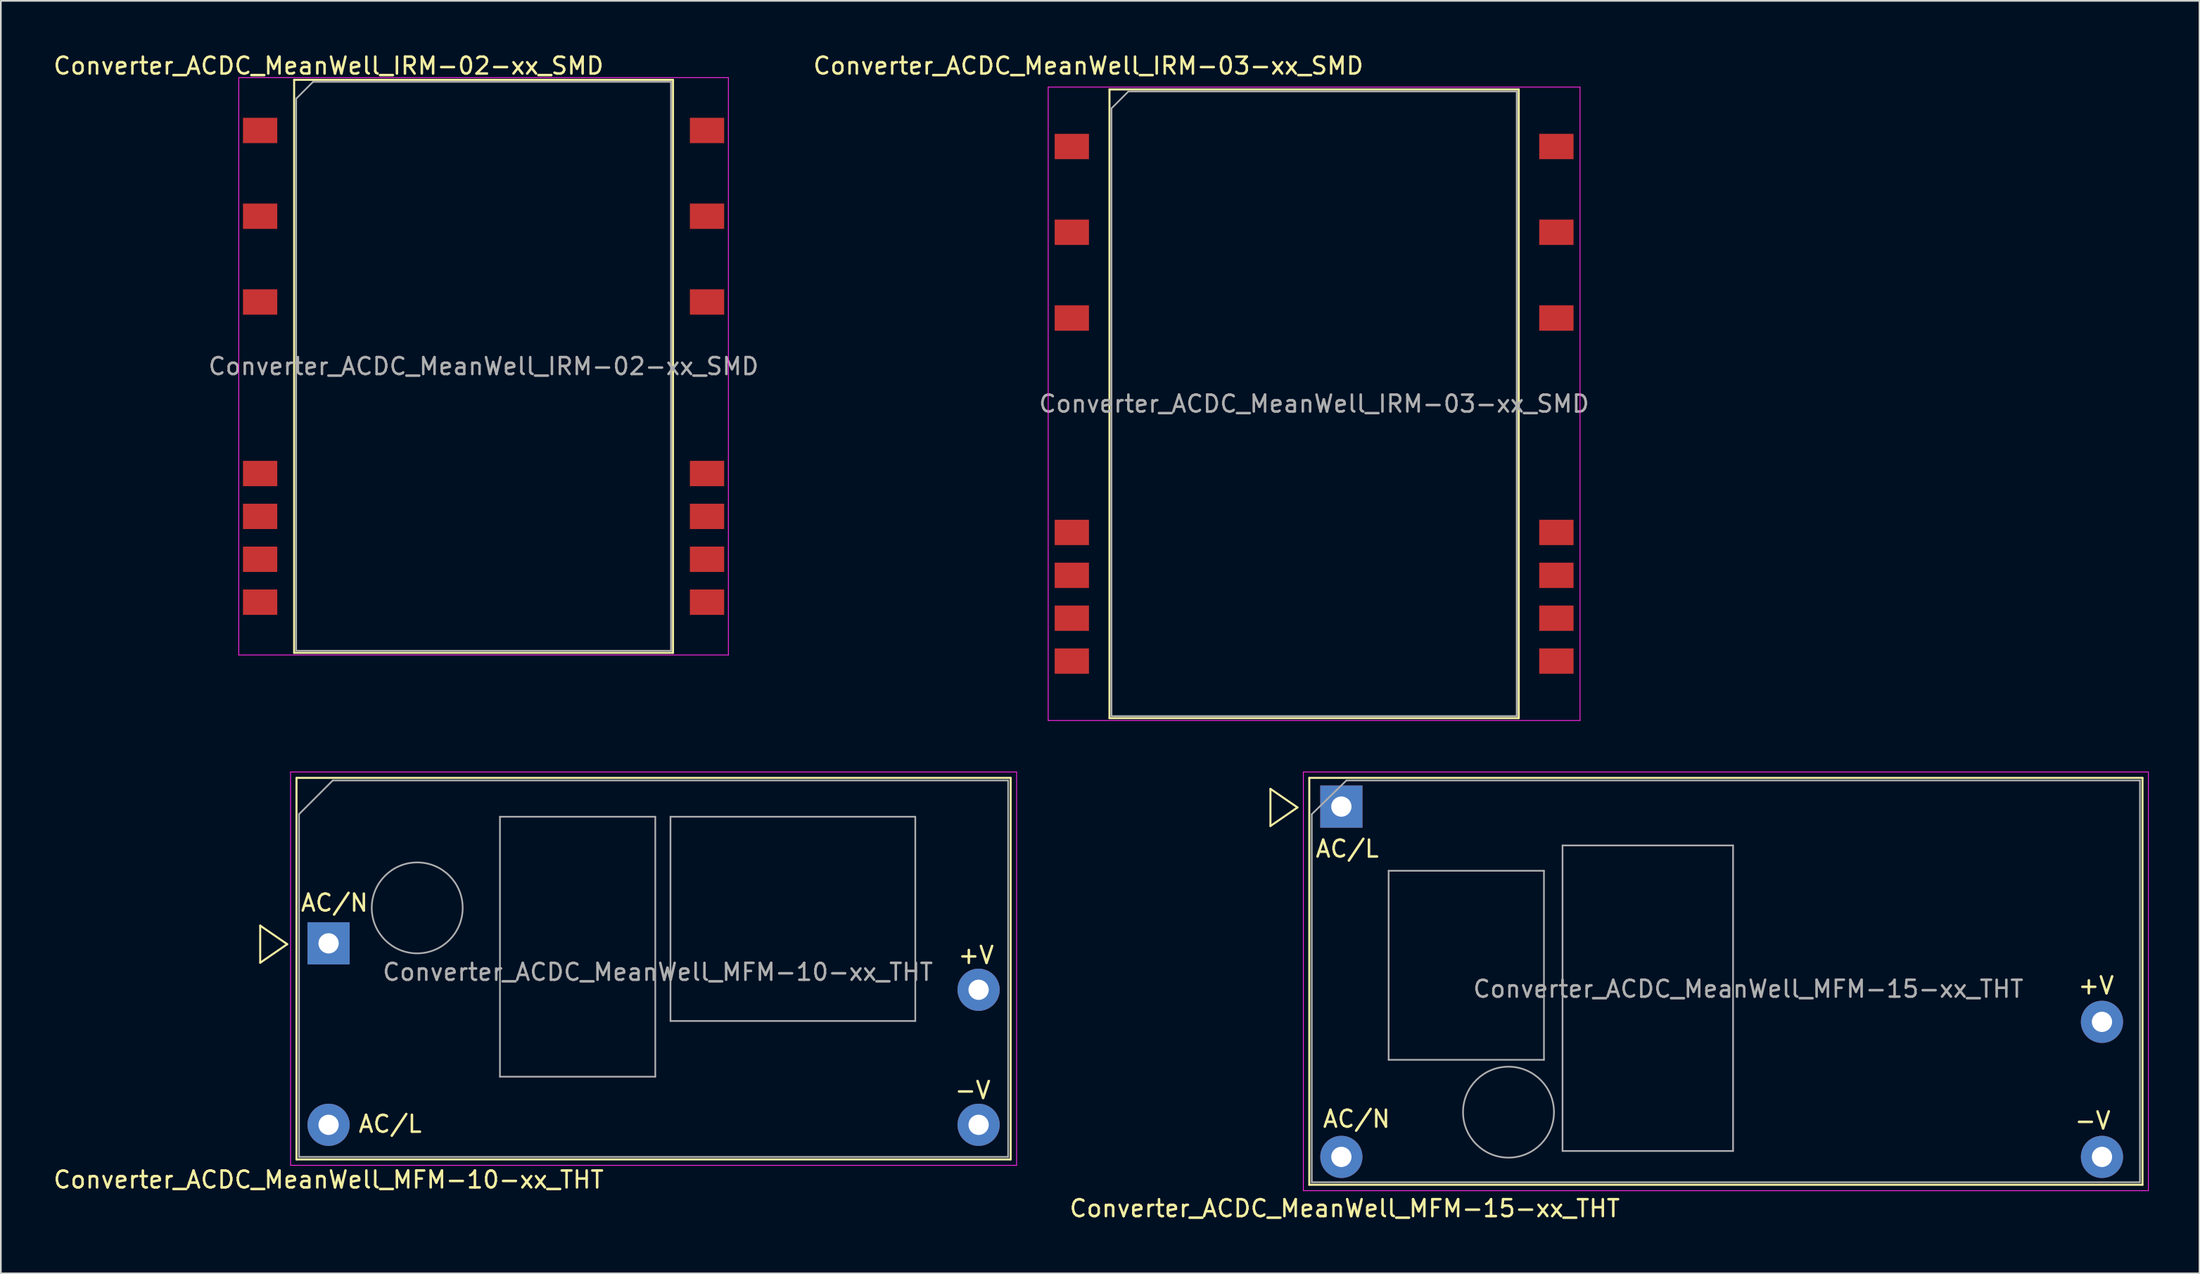
<source format=kicad_pcb>
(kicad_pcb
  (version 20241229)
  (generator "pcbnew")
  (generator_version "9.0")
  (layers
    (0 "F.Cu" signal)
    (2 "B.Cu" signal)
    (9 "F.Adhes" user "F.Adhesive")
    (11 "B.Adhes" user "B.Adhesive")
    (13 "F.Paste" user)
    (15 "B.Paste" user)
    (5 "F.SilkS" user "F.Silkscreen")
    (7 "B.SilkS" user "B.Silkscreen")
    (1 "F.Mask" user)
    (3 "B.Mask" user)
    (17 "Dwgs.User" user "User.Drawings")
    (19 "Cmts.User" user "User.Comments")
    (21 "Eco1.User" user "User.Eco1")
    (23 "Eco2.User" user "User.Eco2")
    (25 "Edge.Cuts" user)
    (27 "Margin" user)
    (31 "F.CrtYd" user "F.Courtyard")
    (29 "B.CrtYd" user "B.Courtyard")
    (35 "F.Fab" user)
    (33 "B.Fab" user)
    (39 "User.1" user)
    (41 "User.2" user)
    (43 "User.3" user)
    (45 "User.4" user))
  (footprint "Converter_ACDC_MeanWell_MFM-10-xx_THT"
    (layer "F.Cu")
    (at 16.411 52.828)
    (property "Reference" "Converter_ACDC_MeanWell_MFM-10-xx_THT" (at 0 14 0) (layer "F.SilkS") (effects (font (size 1 1) (thickness 0.15))))
    (attr through_hole)
    (fp_line (start -4.05 1.15) (end -4.05 -1.05) (stroke (width 0.12) (type default)) (layer "F.SilkS"))
    (fp_line (start -2.45 0.05) (end -4.05 -1.05) (stroke (width 0.12) (type default)) (layer "F.SilkS"))
    (fp_line (start -2.45 0.05) (end -4.05 1.15) (stroke (width 0.12) (type default)) (layer "F.SilkS"))
    (fp_line (start -1.9 -9.8) (end -1.9 12.8) (stroke (width 0.12) (type solid)) (layer "F.SilkS"))
    (fp_line (start -1.9 12.8) (end 40.4 12.8) (stroke (width 0.12) (type solid)) (layer "F.SilkS"))
    (fp_line (start 40.4 -9.8) (end -1.9 -9.8) (stroke (width 0.12) (type solid)) (layer "F.SilkS"))
    (fp_line (start 40.4 12.8) (end 40.4 -9.8) (stroke (width 0.12) (type solid)) (layer "F.SilkS"))
    (fp_line (start -2.25 -10.15) (end -2.25 13.15) (stroke (width 0.05) (type solid)) (layer "F.CrtYd"))
    (fp_line (start -2.25 13.15) (end 40.75 13.15) (stroke (width 0.05) (type solid)) (layer "F.CrtYd"))
    (fp_line (start 40.75 -10.15) (end -2.25 -10.15) (stroke (width 0.05) (type solid)) (layer "F.CrtYd"))
    (fp_line (start 40.75 13.15) (end 40.75 -10.15) (stroke (width 0.05) (type solid)) (layer "F.CrtYd"))
    (fp_line (start -1.75 -7.65) (end -1.75 12.65) (stroke (width 0.1) (type solid)) (layer "F.Fab"))
    (fp_line (start -1.75 12.65) (end 40.25 12.65) (stroke (width 0.1) (type solid)) (layer "F.Fab"))
    (fp_line (start 0.25 -9.65) (end -1.75 -7.65) (stroke (width 0.1) (type default)) (layer "F.Fab"))
    (fp_line (start 10.15 -7.5) (end 19.35 -7.5) (stroke (width 0.1) (type solid)) (layer "F.Fab"))
    (fp_line (start 10.15 7.9) (end 10.15 -7.5) (stroke (width 0.1) (type solid)) (layer "F.Fab"))
    (fp_line (start 19.35 -7.5) (end 19.35 7.9) (stroke (width 0.1) (type solid)) (layer "F.Fab"))
    (fp_line (start 19.35 7.9) (end 10.15 7.9) (stroke (width 0.1) (type solid)) (layer "F.Fab"))
    (fp_line (start 20.25 -7.5) (end 34.75 -7.5) (stroke (width 0.1) (type solid)) (layer "F.Fab"))
    (fp_line (start 20.25 4.6) (end 20.25 -7.5) (stroke (width 0.1) (type solid)) (layer "F.Fab"))
    (fp_line (start 34.75 -7.5) (end 34.75 4.6) (stroke (width 0.1) (type solid)) (layer "F.Fab"))
    (fp_line (start 34.75 4.6) (end 20.25 4.6) (stroke (width 0.1) (type solid)) (layer "F.Fab"))
    (fp_line (start 40.25 -9.65) (end 0.25 -9.65) (stroke (width 0.1) (type solid)) (layer "F.Fab"))
    (fp_line (start 40.25 12.65) (end 40.25 -9.65) (stroke (width 0.1) (type solid)) (layer "F.Fab"))
    (fp_circle (center 5.25 -2.1) (end 7.943 -2.1) (stroke (width 0.1) (type solid)) (fill no) (layer "F.Fab"))
    (fp_text user "AC/L" (at 3.65 10.7 0) (layer "F.SilkS") (effects (font (size 1 1) (thickness 0.15))))
    (fp_text user "+V" (at 38.35 0.7 0) (layer "F.SilkS") (effects (font (size 1 1) (thickness 0.15))))
    (fp_text user "AC/N" (at 0.35 -2.4 0) (layer "F.SilkS") (effects (font (size 1 1) (thickness 0.15))))
    (fp_text user "-V" (at 38.15 8.7 0) (layer "F.SilkS") (effects (font (size 1 1) (thickness 0.15))))
    (fp_text user "${REFERENCE}" (at 19.5 1.7 180) (layer "F.Fab") (effects (font (size 1 1) (thickness 0.15))))
    (pad "1" thru_hole rect (at 0 0) (size 2.5 2.5) (drill 1.2) (layers "*.Cu" "*.Mask"))
    (pad "2" thru_hole circle (at 0 10.75) (size 2.5 2.5) (drill 1.2) (layers "*.Cu" "*.Mask"))
    (pad "3" thru_hole circle (at 38.5 10.75) (size 2.5 2.5) (drill 1.2) (layers "*.Cu" "*.Mask"))
    (pad "4" thru_hole circle (at 38.5 2.75) (size 2.5 2.5) (drill 1.2) (layers "*.Cu" "*.Mask")))
  (footprint "Converter_ACDC_MeanWell_IRM-02-xx_SMD"
    (layer "F.Cu")
    (at 25.591 18.648)
    (property "Reference" "Converter_ACDC_MeanWell_IRM-02-xx_SMD" (at -9.18 -17.8 0) (layer "F.SilkS") (effects (font (size 1 1) (thickness 0.15))))
    (attr smd)
    (fp_line (start -11.22 -16.97) (end 11.22 -16.97) (stroke (width 0.12) (type solid)) (layer "F.SilkS"))
    (fp_line (start -11.22 16.97) (end -11.22 -16.97) (stroke (width 0.12) (type solid)) (layer "F.SilkS"))
    (fp_line (start 11.22 -16.97) (end 11.22 16.97) (stroke (width 0.12) (type solid)) (layer "F.SilkS"))
    (fp_line (start 11.22 16.97) (end -11.22 16.97) (stroke (width 0.12) (type solid)) (layer "F.SilkS"))
    (fp_line (start -14.5 -17.1) (end -14.5 17.1) (stroke (width 0.05) (type solid)) (layer "F.CrtYd"))
    (fp_line (start -14.5 17.1) (end 14.5 17.1) (stroke (width 0.05) (type solid)) (layer "F.CrtYd"))
    (fp_line (start 14.5 -17.1) (end -14.5 -17.1) (stroke (width 0.05) (type solid)) (layer "F.CrtYd"))
    (fp_line (start 14.5 -17.1) (end 14.5 17.1) (stroke (width 0.05) (type solid)) (layer "F.CrtYd"))
    (fp_line (start -11.1 -15.85) (end -11.1 16.85) (stroke (width 0.1) (type solid)) (layer "F.Fab"))
    (fp_line (start -11.1 -15.85) (end -10.1 -16.85) (stroke (width 0.1) (type solid)) (layer "F.Fab"))
    (fp_line (start -11.1 16.85) (end 11.1 16.85) (stroke (width 0.1) (type solid)) (layer "F.Fab"))
    (fp_line (start 11.1 -16.85) (end -10.1 -16.85) (stroke (width 0.1) (type solid)) (layer "F.Fab"))
    (fp_line (start 11.1 16.85) (end 11.1 -16.85) (stroke (width 0.1) (type solid)) (layer "F.Fab"))
    (fp_text user "${REFERENCE}" (at 0 0 0) (layer "F.Fab") (effects (font (size 1 1) (thickness 0.15))))
    (pad "1" smd rect (at -13.235 -13.97 270) (size 1.5 2.03) (layers "F.Cu" "F.Mask" "F.Paste"))
    (pad "3" smd rect (at -13.235 -8.89 270) (size 1.5 2.03) (layers "F.Cu" "F.Mask" "F.Paste"))
    (pad "5" smd rect (at -13.235 -3.81 270) (size 1.5 2.03) (layers "F.Cu" "F.Mask" "F.Paste"))
    (pad "9" smd rect (at -13.235 6.35 270) (size 1.5 2.03) (layers "F.Cu" "F.Mask" "F.Paste"))
    (pad "10" smd rect (at -13.235 8.89 270) (size 1.5 2.03) (layers "F.Cu" "F.Mask" "F.Paste"))
    (pad "11" smd rect (at -13.235 11.43 270) (size 1.5 2.03) (layers "F.Cu" "F.Mask" "F.Paste"))
    (pad "12" smd rect (at -13.235 13.97 270) (size 1.5 2.03) (layers "F.Cu" "F.Mask" "F.Paste"))
    (pad "13" smd rect (at 13.235 13.97 270) (size 1.5 2.03) (layers "F.Cu" "F.Mask" "F.Paste"))
    (pad "14" smd rect (at 13.235 11.43 270) (size 1.5 2.03) (layers "F.Cu" "F.Mask" "F.Paste"))
    (pad "15" smd rect (at 13.235 8.89 270) (size 1.5 2.03) (layers "F.Cu" "F.Mask" "F.Paste"))
    (pad "16" smd rect (at 13.235 6.35 270) (size 1.5 2.03) (layers "F.Cu" "F.Mask" "F.Paste"))
    (pad "20" smd rect (at 13.235 -3.81 270) (size 1.5 2.03) (layers "F.Cu" "F.Mask" "F.Paste"))
    (pad "22" smd rect (at 13.235 -8.89 270) (size 1.5 2.03) (layers "F.Cu" "F.Mask" "F.Paste"))
    (pad "24" smd rect (at 13.235 -13.97 270) (size 1.5 2.03) (layers "F.Cu" "F.Mask" "F.Paste")))
  (footprint "Converter_ACDC_MeanWell_IRM-03-xx_SMD"
    (layer "F.Cu")
    (at 74.782 20.868)
    (property "Reference" "Converter_ACDC_MeanWell_IRM-03-xx_SMD" (at -13.37 -20.02 0) (layer "F.SilkS") (effects (font (size 1 1) (thickness 0.15))))
    (attr smd)
    (fp_line (start -12.12 -18.62) (end 12.12 -18.62) (stroke (width 0.12) (type solid)) (layer "F.SilkS"))
    (fp_line (start -12.12 18.62) (end -12.12 -18.62) (stroke (width 0.12) (type solid)) (layer "F.SilkS"))
    (fp_line (start 12.12 -18.62) (end 12.12 18.62) (stroke (width 0.12) (type solid)) (layer "F.SilkS"))
    (fp_line (start 12.12 18.62) (end -12.12 18.62) (stroke (width 0.12) (type solid)) (layer "F.SilkS"))
    (fp_line (start -15.75 -18.76) (end -15.75 18.76) (stroke (width 0.05) (type solid)) (layer "F.CrtYd"))
    (fp_line (start -15.75 18.76) (end 15.75 18.76) (stroke (width 0.05) (type solid)) (layer "F.CrtYd"))
    (fp_line (start 15.75 -18.76) (end -15.75 -18.76) (stroke (width 0.05) (type solid)) (layer "F.CrtYd"))
    (fp_line (start 15.75 18.76) (end 15.75 -18.76) (stroke (width 0.05) (type solid)) (layer "F.CrtYd"))
    (fp_line (start -12 -17.5) (end -12 18.5) (stroke (width 0.1) (type solid)) (layer "F.Fab"))
    (fp_line (start -12 -17.5) (end -11 -18.5) (stroke (width 0.1) (type solid)) (layer "F.Fab"))
    (fp_line (start -12 18.5) (end 12 18.5) (stroke (width 0.1) (type solid)) (layer "F.Fab"))
    (fp_line (start 12 -18.5) (end -11 -18.5) (stroke (width 0.1) (type solid)) (layer "F.Fab"))
    (fp_line (start 12 18.5) (end 12 -18.5) (stroke (width 0.1) (type solid)) (layer "F.Fab"))
    (fp_text user "${REFERENCE}" (at 0 0 0) (layer "F.Fab") (effects (font (size 1 1) (thickness 0.15))))
    (pad "1" smd rect (at -14.35 -15.24 270) (size 1.5 2.03) (layers "F.Cu" "F.Mask" "F.Paste"))
    (pad "3" smd rect (at -14.35 -10.16 270) (size 1.5 2.03) (layers "F.Cu" "F.Mask" "F.Paste"))
    (pad "5" smd rect (at -14.35 -5.08 270) (size 1.5 2.03) (layers "F.Cu" "F.Mask" "F.Paste"))
    (pad "10" smd rect (at -14.35 7.62 270) (size 1.5 2.03) (layers "F.Cu" "F.Mask" "F.Paste"))
    (pad "11" smd rect (at -14.35 10.16 270) (size 1.5 2.03) (layers "F.Cu" "F.Mask" "F.Paste"))
    (pad "12" smd rect (at -14.35 12.7 270) (size 1.5 2.03) (layers "F.Cu" "F.Mask" "F.Paste"))
    (pad "13" smd rect (at -14.35 15.24 270) (size 1.5 2.03) (layers "F.Cu" "F.Mask" "F.Paste"))
    (pad "14" smd rect (at 14.35 15.24 270) (size 1.5 2.03) (layers "F.Cu" "F.Mask" "F.Paste"))
    (pad "15" smd rect (at 14.35 12.7 270) (size 1.5 2.03) (layers "F.Cu" "F.Mask" "F.Paste"))
    (pad "16" smd rect (at 14.35 10.16 270) (size 1.5 2.03) (layers "F.Cu" "F.Mask" "F.Paste"))
    (pad "17" smd rect (at 14.35 7.62 270) (size 1.5 2.03) (layers "F.Cu" "F.Mask" "F.Paste"))
    (pad "22" smd rect (at 14.35 -5.08 270) (size 1.5 2.03) (layers "F.Cu" "F.Mask" "F.Paste"))
    (pad "24" smd rect (at 14.35 -10.16 270) (size 1.5 2.03) (layers "F.Cu" "F.Mask" "F.Paste"))
    (pad "26" smd rect (at 14.35 -15.24 270) (size 1.5 2.03) (layers "F.Cu" "F.Mask" "F.Paste")))
  (footprint "Converter_ACDC_MeanWell_MFM-15-xx_THT"
    (layer "F.Cu")
    (at 76.396 44.728)
    (property "Reference" "Converter_ACDC_MeanWell_MFM-15-xx_THT" (at 0.2 23.8 0) (layer "F.SilkS") (effects (font (size 1 1) (thickness 0.15))))
    (attr through_hole)
    (fp_line (start -4.2 1.15) (end -4.2 -1.05) (stroke (width 0.12) (type default)) (layer "F.SilkS"))
    (fp_line (start -2.6 0.05) (end -4.2 -1.05) (stroke (width 0.12) (type default)) (layer "F.SilkS"))
    (fp_line (start -2.6 0.05) (end -4.2 1.15) (stroke (width 0.12) (type default)) (layer "F.SilkS"))
    (fp_line (start -1.9 -1.7) (end -1.9 22.4) (stroke (width 0.12) (type solid)) (layer "F.SilkS"))
    (fp_line (start -1.9 22.4) (end 47.45 22.4) (stroke (width 0.12) (type solid)) (layer "F.SilkS"))
    (fp_line (start 47.45 -1.7) (end -1.9 -1.7) (stroke (width 0.12) (type solid)) (layer "F.SilkS"))
    (fp_line (start 47.45 22.4) (end 47.45 -1.7) (stroke (width 0.12) (type solid)) (layer "F.SilkS"))
    (fp_line (start -2.25 -2.05) (end -2.25 22.75) (stroke (width 0.05) (type solid)) (layer "F.CrtYd"))
    (fp_line (start -2.25 22.75) (end 47.8 22.75) (stroke (width 0.05) (type solid)) (layer "F.CrtYd"))
    (fp_line (start 47.8 -2.05) (end -2.25 -2.05) (stroke (width 0.05) (type solid)) (layer "F.CrtYd"))
    (fp_line (start 47.8 22.75) (end 47.8 -2.05) (stroke (width 0.05) (type solid)) (layer "F.CrtYd"))
    (fp_line (start -1.75 0.45) (end -1.75 22.25) (stroke (width 0.1) (type solid)) (layer "F.Fab"))
    (fp_line (start -1.75 22.25) (end 47.3 22.25) (stroke (width 0.1) (type solid)) (layer "F.Fab"))
    (fp_line (start 0.3 -1.55) (end -1.75 0.45) (stroke (width 0.1) (type default)) (layer "F.Fab"))
    (fp_line (start 2.8 3.8) (end 12 3.8) (stroke (width 0.1) (type solid)) (layer "F.Fab"))
    (fp_line (start 2.8 15) (end 2.8 3.8) (stroke (width 0.1) (type solid)) (layer "F.Fab"))
    (fp_line (start 12 3.8) (end 12 15) (stroke (width 0.1) (type solid)) (layer "F.Fab"))
    (fp_line (start 12 15) (end 2.8 15) (stroke (width 0.1) (type solid)) (layer "F.Fab"))
    (fp_line (start 13.1 2.3) (end 23.2 2.3) (stroke (width 0.1) (type solid)) (layer "F.Fab"))
    (fp_line (start 13.1 20.4) (end 13.1 2.3) (stroke (width 0.1) (type solid)) (layer "F.Fab"))
    (fp_line (start 23.2 2.3) (end 23.2 20.4) (stroke (width 0.1) (type solid)) (layer "F.Fab"))
    (fp_line (start 23.2 20.4) (end 13.1 20.4) (stroke (width 0.1) (type solid)) (layer "F.Fab"))
    (fp_line (start 47.3 -1.55) (end 0.3 -1.55) (stroke (width 0.1) (type solid)) (layer "F.Fab"))
    (fp_line (start 47.3 22.25) (end 47.3 -1.55) (stroke (width 0.1) (type solid)) (layer "F.Fab"))
    (fp_circle (center 9.9 18.1) (end 12.593 18.1) (stroke (width 0.1) (type solid)) (fill no) (layer "F.Fab"))
    (fp_text user "+V" (at 44.7 10.6 0) (layer "F.SilkS") (effects (font (size 1 1) (thickness 0.15))))
    (fp_text user "-V" (at 44.5 18.6 0) (layer "F.SilkS") (effects (font (size 1 1) (thickness 0.15))))
    (fp_text user "AC/N" (at 0.9 18.5 0) (layer "F.SilkS") (effects (font (size 1 1) (thickness 0.15))))
    (fp_text user "AC/L" (at 0.35 2.5 0) (layer "F.SilkS") (effects (font (size 1 1) (thickness 0.15))))
    (fp_text user "${REFERENCE}" (at 24.1 10.8 180) (layer "F.Fab") (effects (font (size 1 1) (thickness 0.15))))
    (pad "1" thru_hole rect (at 0 0) (size 2.5 2.5) (drill 1.2) (layers "*.Cu" "*.Mask"))
    (pad "2" thru_hole circle (at 0 20.75) (size 2.5 2.5) (drill 1.2) (layers "*.Cu" "*.Mask"))
    (pad "3" thru_hole circle (at 45.05 20.75) (size 2.5 2.5) (drill 1.2) (layers "*.Cu" "*.Mask"))
    (pad "4" thru_hole circle (at 45.05 12.75) (size 2.5 2.5) (drill 1.2) (layers "*.Cu" "*.Mask")))
  (gr_rect
    (start -3 -3)
    (end 127.221 72.376)
    (stroke (width 0.1) (type default))
    (fill no)
    (layer "Edge.Cuts")))
</source>
